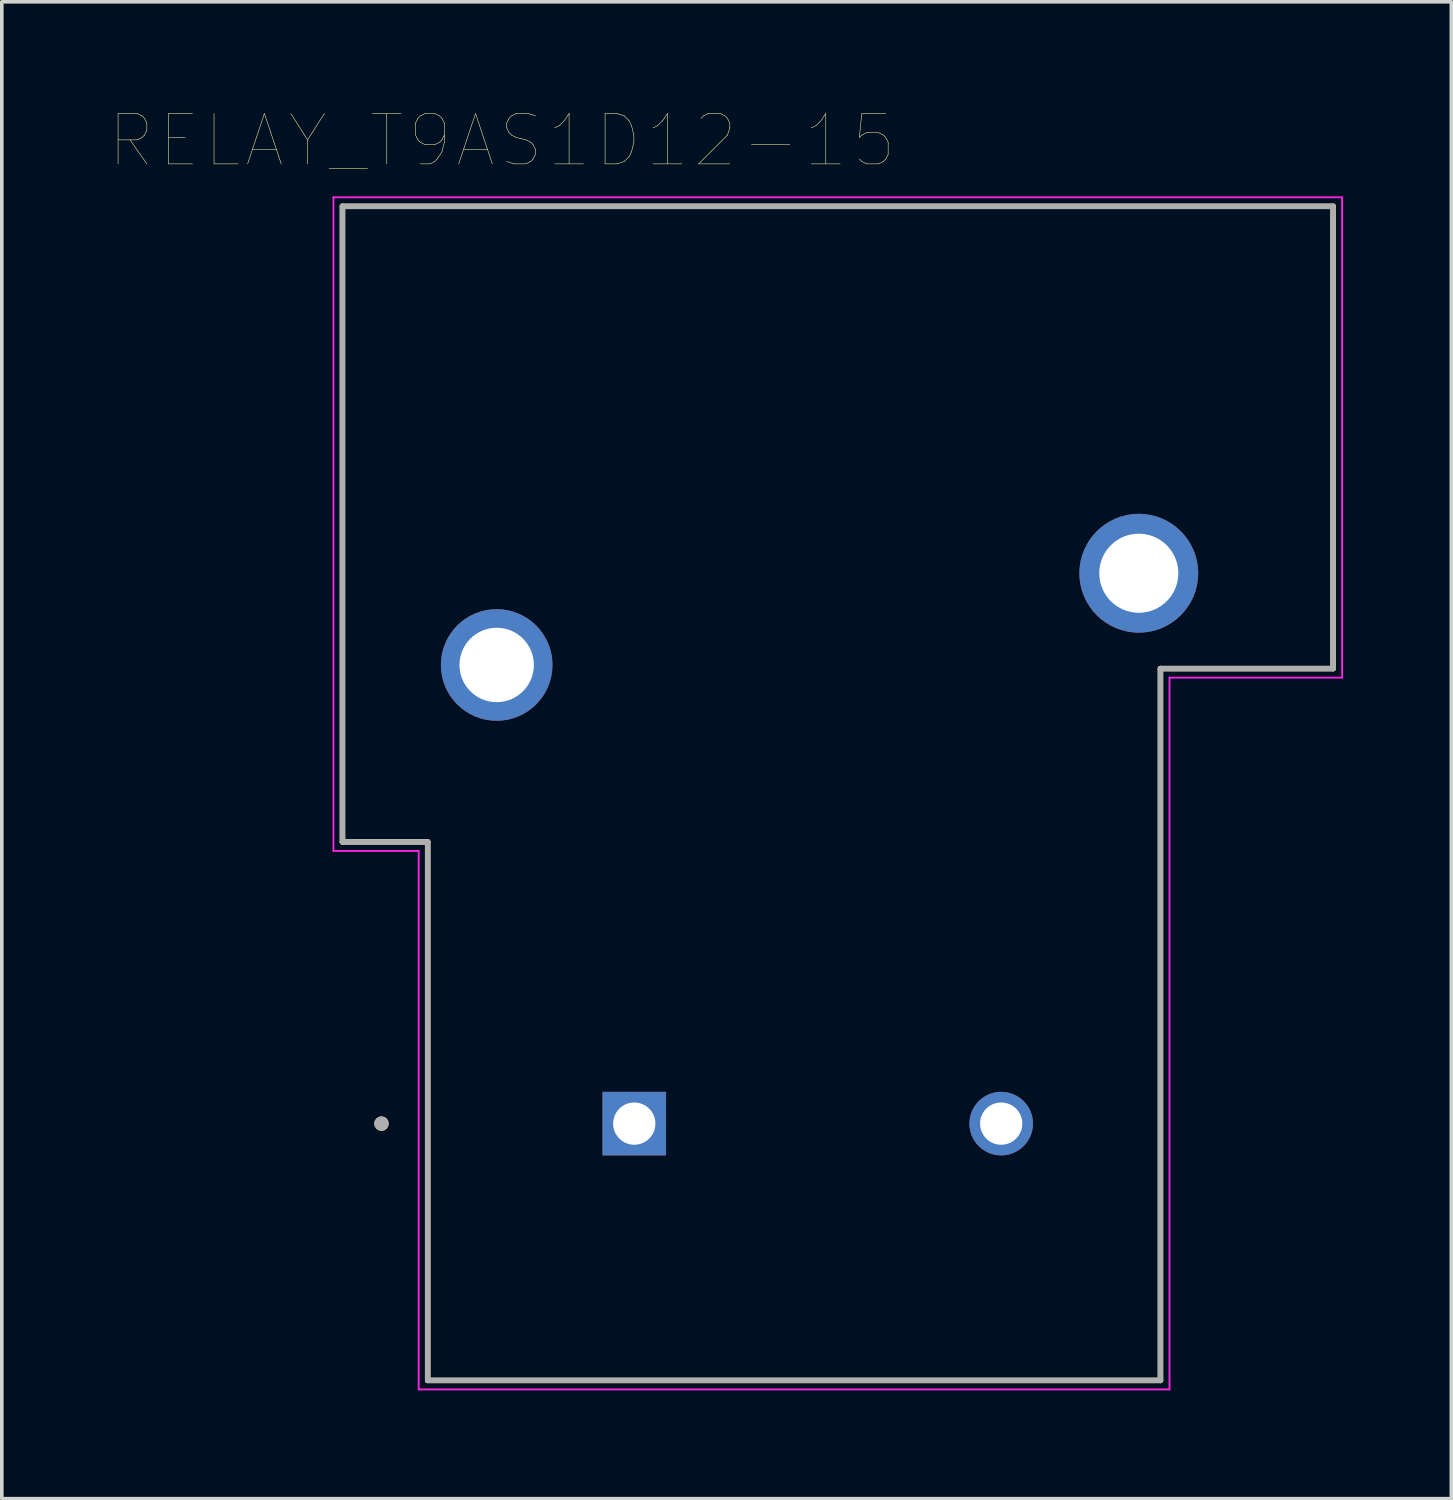
<source format=kicad_pcb>
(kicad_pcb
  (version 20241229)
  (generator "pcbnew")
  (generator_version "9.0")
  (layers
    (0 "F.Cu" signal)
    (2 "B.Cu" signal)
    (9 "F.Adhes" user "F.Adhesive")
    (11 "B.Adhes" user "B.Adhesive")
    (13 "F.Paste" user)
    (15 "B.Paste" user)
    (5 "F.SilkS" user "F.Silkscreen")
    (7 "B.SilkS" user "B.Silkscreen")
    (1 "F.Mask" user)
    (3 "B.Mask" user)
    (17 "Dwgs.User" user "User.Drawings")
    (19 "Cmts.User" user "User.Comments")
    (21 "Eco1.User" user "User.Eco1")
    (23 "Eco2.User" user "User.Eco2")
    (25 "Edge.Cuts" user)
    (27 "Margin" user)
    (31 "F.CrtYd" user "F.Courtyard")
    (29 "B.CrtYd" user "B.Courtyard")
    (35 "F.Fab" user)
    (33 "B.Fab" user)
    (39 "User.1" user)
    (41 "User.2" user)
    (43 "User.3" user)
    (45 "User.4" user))
  (footprint "RELAY_T9AS1D12-15"
    (layer "F.Cu")
    (at 14.513 28.063)
    (property "Reference" "RELAY_T9AS1D12-15" (at -3.665 -27.22 0) (layer "F.SilkS") (effects (font (size 1.395 1.395) (thickness 0.015))))
    (attr through_hole)
    (fp_line (start -8.08 -25.4) (end -8.08 -7.8) (stroke (width 0.152) (type solid)) (layer "F.SilkS"))
    (fp_line (start -8.08 -7.8) (end -5.72 -7.8) (stroke (width 0.152) (type solid)) (layer "F.SilkS"))
    (fp_line (start -5.72 -7.8) (end -5.72 7.11) (stroke (width 0.152) (type solid)) (layer "F.SilkS"))
    (fp_line (start -5.72 7.11) (end 14.57 7.11) (stroke (width 0.152) (type solid)) (layer "F.SilkS"))
    (fp_line (start 14.57 -12.6) (end 19.35 -12.6) (stroke (width 0.152) (type solid)) (layer "F.SilkS"))
    (fp_line (start 14.57 7.11) (end 14.57 -12.6) (stroke (width 0.152) (type solid)) (layer "F.SilkS"))
    (fp_line (start 19.35 -25.4) (end -8.08 -25.4) (stroke (width 0.152) (type solid)) (layer "F.SilkS"))
    (fp_line (start 19.35 -12.6) (end 19.35 -25.4) (stroke (width 0.152) (type solid)) (layer "F.SilkS"))
    (fp_circle (center -7 0) (end -6.9 0) (stroke (width 0.2) (type solid)) (fill no) (layer "F.SilkS"))
    (fp_line (start -8.33 -25.65) (end -8.33 -7.55) (stroke (width 0.05) (type solid)) (layer "F.CrtYd"))
    (fp_line (start -8.33 -7.55) (end -5.97 -7.55) (stroke (width 0.05) (type solid)) (layer "F.CrtYd"))
    (fp_line (start -5.97 -7.55) (end -5.97 7.36) (stroke (width 0.05) (type solid)) (layer "F.CrtYd"))
    (fp_line (start -5.97 7.36) (end 14.82 7.36) (stroke (width 0.05) (type solid)) (layer "F.CrtYd"))
    (fp_line (start 14.82 -12.35) (end 19.6 -12.35) (stroke (width 0.05) (type solid)) (layer "F.CrtYd"))
    (fp_line (start 14.82 7.36) (end 14.82 -12.35) (stroke (width 0.05) (type solid)) (layer "F.CrtYd"))
    (fp_line (start 19.6 -25.65) (end -8.33 -25.65) (stroke (width 0.05) (type solid)) (layer "F.CrtYd"))
    (fp_line (start 19.6 -12.35) (end 19.6 -25.65) (stroke (width 0.05) (type solid)) (layer "F.CrtYd"))
    (fp_line (start -8.08 -25.4) (end -8.08 -7.8) (stroke (width 0.152) (type solid)) (layer "F.Fab"))
    (fp_line (start -8.08 -7.8) (end -5.72 -7.8) (stroke (width 0.152) (type solid)) (layer "F.Fab"))
    (fp_line (start -5.72 -7.8) (end -5.72 7.11) (stroke (width 0.152) (type solid)) (layer "F.Fab"))
    (fp_line (start -5.72 7.11) (end 14.57 7.11) (stroke (width 0.152) (type solid)) (layer "F.Fab"))
    (fp_line (start 14.57 -12.6) (end 19.35 -12.6) (stroke (width 0.152) (type solid)) (layer "F.Fab"))
    (fp_line (start 14.57 7.11) (end 14.57 -12.6) (stroke (width 0.152) (type solid)) (layer "F.Fab"))
    (fp_line (start 19.35 -25.4) (end -8.08 -25.4) (stroke (width 0.152) (type solid)) (layer "F.Fab"))
    (fp_line (start 19.35 -12.6) (end 19.35 -25.4) (stroke (width 0.152) (type solid)) (layer "F.Fab"))
    (fp_circle (center -7 0) (end -6.9 0) (stroke (width 0.2) (type solid)) (fill no) (layer "F.Fab"))
    (pad "1" thru_hole rect (at 0 0) (size 1.76 1.76) (drill 1.17) (layers "*.Cu" "*.Mask"))
    (pad "2" thru_hole circle (at 10.16 0) (size 1.76 1.76) (drill 1.17) (layers "*.Cu" "*.Mask"))
    (pad "3" thru_hole circle (at -3.81 -12.7) (size 3.09 3.09) (drill 2.06) (layers "*.Cu" "*.Mask"))
    (pad "4" thru_hole circle (at 13.97 -15.24) (size 3.29 3.29) (drill 2.19) (layers "*.Cu" "*.Mask")))
  (gr_rect
    (start -3 -3)
    (end 37.138 38.448)
    (stroke (width 0.1) (type default))
    (fill no)
    (layer "Edge.Cuts")))
</source>
